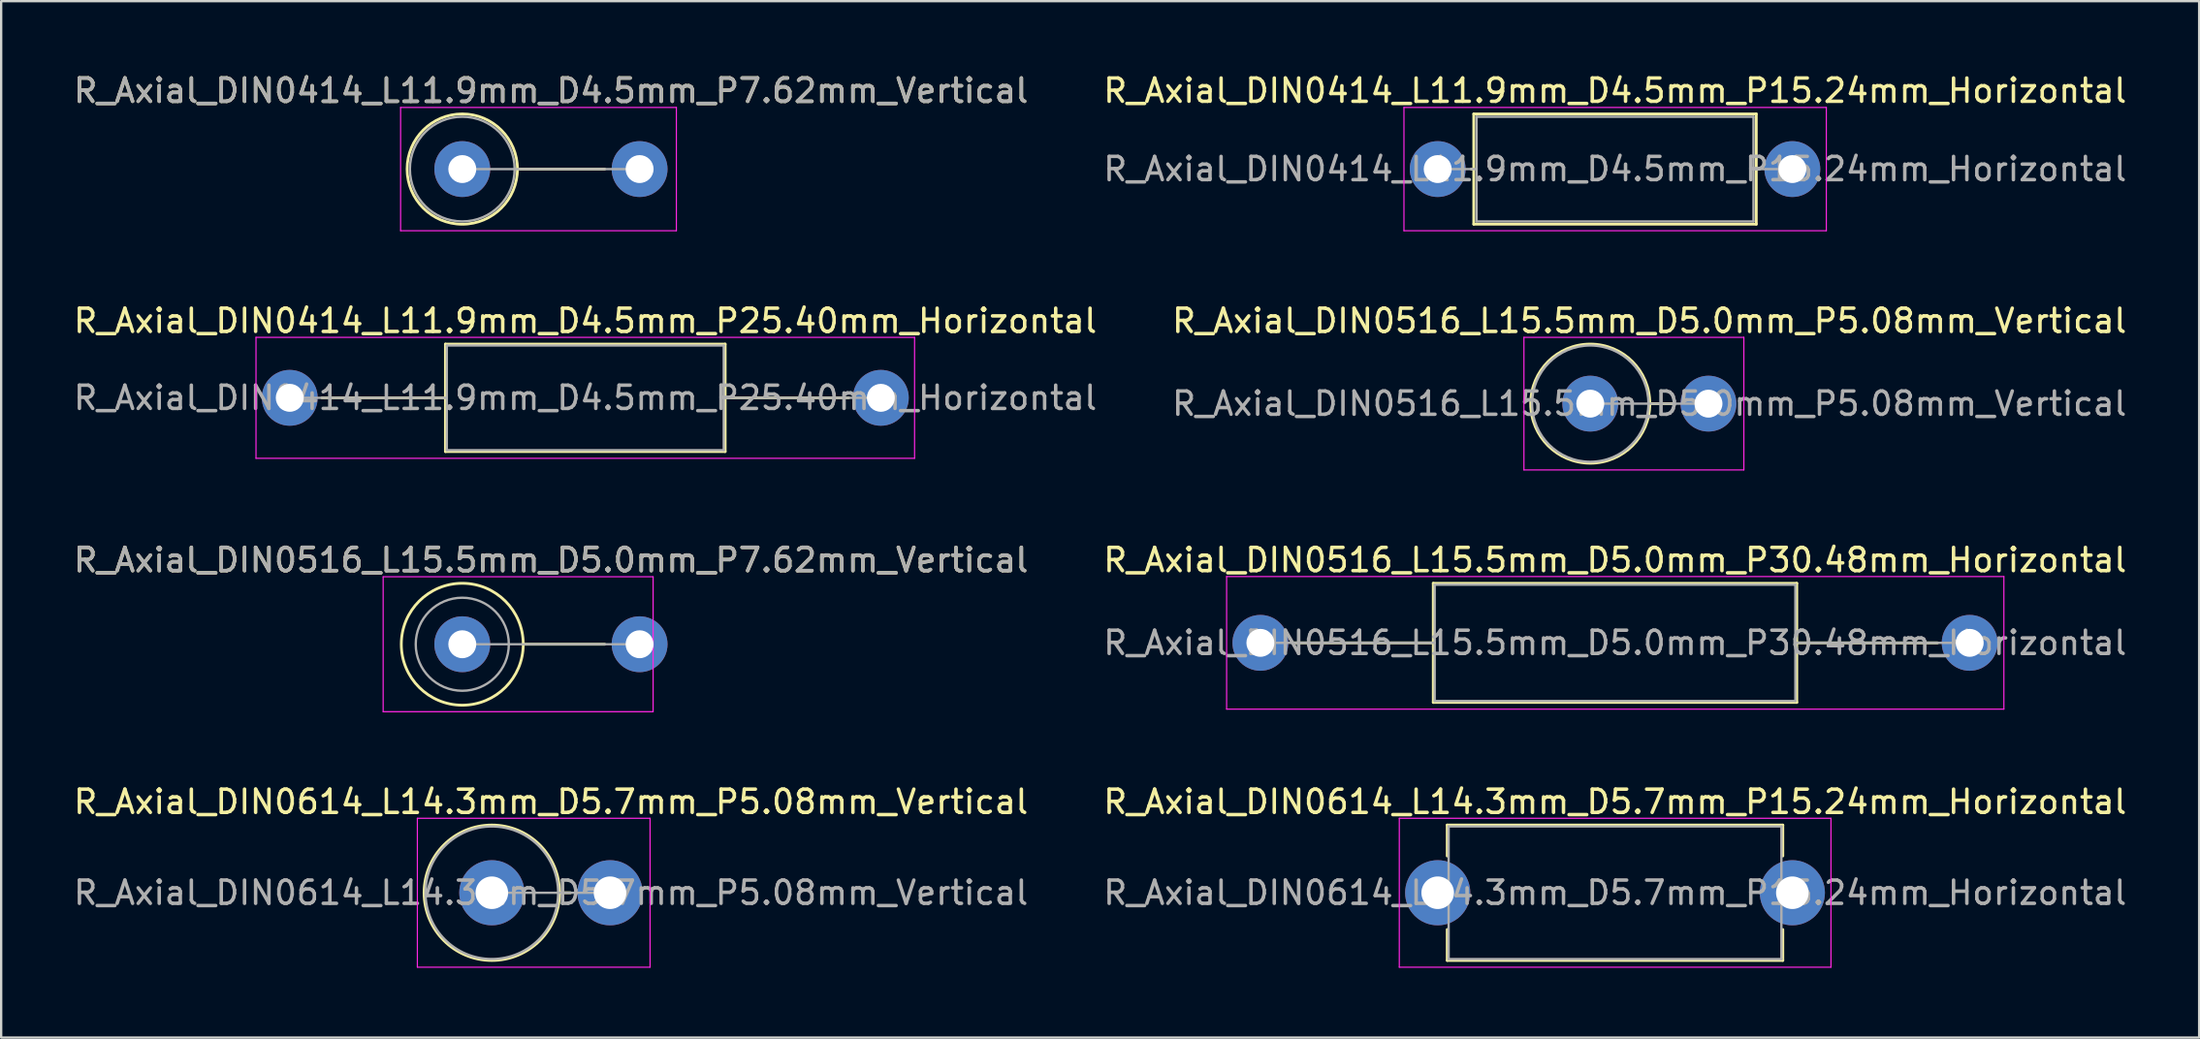
<source format=kicad_pcb>
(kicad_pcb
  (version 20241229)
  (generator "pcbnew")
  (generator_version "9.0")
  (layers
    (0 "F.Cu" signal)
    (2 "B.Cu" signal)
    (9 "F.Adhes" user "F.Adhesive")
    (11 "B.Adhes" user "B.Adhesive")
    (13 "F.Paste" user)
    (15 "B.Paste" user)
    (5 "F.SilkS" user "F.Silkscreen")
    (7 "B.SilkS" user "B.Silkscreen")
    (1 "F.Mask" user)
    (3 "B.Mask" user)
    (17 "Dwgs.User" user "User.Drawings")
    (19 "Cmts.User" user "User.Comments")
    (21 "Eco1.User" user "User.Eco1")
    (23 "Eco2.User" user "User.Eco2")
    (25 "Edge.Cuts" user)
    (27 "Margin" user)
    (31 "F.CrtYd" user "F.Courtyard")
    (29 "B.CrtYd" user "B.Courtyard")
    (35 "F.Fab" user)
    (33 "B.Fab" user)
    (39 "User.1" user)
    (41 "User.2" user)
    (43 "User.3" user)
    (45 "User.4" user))
  (footprint "R_Axial_DIN0516_L15.5mm_D5.0mm_P7.62mm_Vertical"
    (layer "F.Cu")
    (at 16.815 24.645)
    (property "Reference" "R_Axial_DIN0516_L15.5mm_D5.0mm_P7.62mm_Vertical" (at 3.81 -3.62 0) (layer "F.SilkS") (effects (font (size 1 1) (thickness 0.15))))
    (attr through_hole)
    (fp_line (start 2.62 0) (end 6.12 0) (stroke (width 0.12) (type solid)) (layer "F.SilkS"))
    (fp_circle (center 0 0) (end 2.62 0) (stroke (width 0.12) (type solid)) (fill no) (layer "F.SilkS"))
    (fp_line (start -3.4 -2.9) (end -3.4 2.9) (stroke (width 0.05) (type solid)) (layer "F.CrtYd"))
    (fp_line (start -3.4 2.9) (end 8.2 2.9) (stroke (width 0.05) (type solid)) (layer "F.CrtYd"))
    (fp_line (start 8.2 -2.9) (end -3.4 -2.9) (stroke (width 0.05) (type solid)) (layer "F.CrtYd"))
    (fp_line (start 8.2 2.9) (end 8.2 -2.9) (stroke (width 0.05) (type solid)) (layer "F.CrtYd"))
    (fp_line (start 0 0) (end 7.62 0) (stroke (width 0.1) (type solid)) (layer "F.Fab"))
    (fp_circle (center 0 0) (end 2 0) (stroke (width 0.1) (type solid)) (fill no) (layer "F.Fab"))
    (fp_text user "${REFERENCE}" (at 3.81 -3.62 0) (layer "F.Fab") (effects (font (size 1 1) (thickness 0.15))))
    (pad "1" thru_hole circle (at 0 0) (size 2.4 2.4) (drill 1.2) (layers "*.Cu" "*.Mask"))
    (pad "2" thru_hole oval (at 7.62 0) (size 2.4 2.4) (drill 1.2) (layers "*.Cu" "*.Mask")))
  (footprint "R_Axial_DIN0414_L11.9mm_D4.5mm_P7.62mm_Vertical"
    (layer "F.Cu")
    (at 16.815 4.218)
    (property "Reference" "R_Axial_DIN0414_L11.9mm_D4.5mm_P7.62mm_Vertical" (at 3.81 -3.37 0) (layer "F.SilkS") (effects (font (size 1 1) (thickness 0.15))))
    (attr through_hole)
    (fp_line (start 2.37 0) (end 6.12 0) (stroke (width 0.12) (type solid)) (layer "F.SilkS"))
    (fp_circle (center 0 0) (end 2.37 0) (stroke (width 0.12) (type solid)) (fill no) (layer "F.SilkS"))
    (fp_line (start -2.65 -2.65) (end -2.65 2.65) (stroke (width 0.05) (type solid)) (layer "F.CrtYd"))
    (fp_line (start -2.65 2.65) (end 9.2 2.65) (stroke (width 0.05) (type solid)) (layer "F.CrtYd"))
    (fp_line (start 9.2 -2.65) (end -2.65 -2.65) (stroke (width 0.05) (type solid)) (layer "F.CrtYd"))
    (fp_line (start 9.2 2.65) (end 9.2 -2.65) (stroke (width 0.05) (type solid)) (layer "F.CrtYd"))
    (fp_line (start 0 0) (end 7.62 0) (stroke (width 0.1) (type solid)) (layer "F.Fab"))
    (fp_circle (center 0 0) (end 2.25 0) (stroke (width 0.1) (type solid)) (fill no) (layer "F.Fab"))
    (fp_text user "${REFERENCE}" (at 3.81 -3.37 0) (layer "F.Fab") (effects (font (size 1 1) (thickness 0.15))))
    (pad "1" thru_hole circle (at 0 0) (size 2.4 2.4) (drill 1.2) (layers "*.Cu" "*.Mask"))
    (pad "2" thru_hole oval (at 7.62 0) (size 2.4 2.4) (drill 1.2) (layers "*.Cu" "*.Mask")))
  (footprint "R_Axial_DIN0516_L15.5mm_D5.0mm_P30.48mm_Horizontal"
    (layer "F.Cu")
    (at 51.111 24.585)
    (property "Reference" "R_Axial_DIN0516_L15.5mm_D5.0mm_P30.48mm_Horizontal" (at 15.24 -3.56 0) (layer "F.SilkS") (effects (font (size 1 1) (thickness 0.15))))
    (attr through_hole)
    (fp_line (start 1.38 0) (end 7.43 0) (stroke (width 0.12) (type solid)) (layer "F.SilkS"))
    (fp_line (start 7.43 -2.56) (end 7.43 2.56) (stroke (width 0.12) (type solid)) (layer "F.SilkS"))
    (fp_line (start 7.43 2.56) (end 23.05 2.56) (stroke (width 0.12) (type solid)) (layer "F.SilkS"))
    (fp_line (start 23.05 -2.56) (end 7.43 -2.56) (stroke (width 0.12) (type solid)) (layer "F.SilkS"))
    (fp_line (start 23.05 2.56) (end 23.05 -2.56) (stroke (width 0.12) (type solid)) (layer "F.SilkS"))
    (fp_line (start 29.1 0) (end 23.05 0) (stroke (width 0.12) (type solid)) (layer "F.SilkS"))
    (fp_line (start -1.45 -2.85) (end -1.45 2.85) (stroke (width 0.05) (type solid)) (layer "F.CrtYd"))
    (fp_line (start -1.45 2.85) (end 31.95 2.85) (stroke (width 0.05) (type solid)) (layer "F.CrtYd"))
    (fp_line (start 31.95 -2.85) (end -1.45 -2.85) (stroke (width 0.05) (type solid)) (layer "F.CrtYd"))
    (fp_line (start 31.95 2.85) (end 31.95 -2.85) (stroke (width 0.05) (type solid)) (layer "F.CrtYd"))
    (fp_line (start 0 0) (end 7.49 0) (stroke (width 0.1) (type solid)) (layer "F.Fab"))
    (fp_line (start 7.49 -2.5) (end 7.49 2.5) (stroke (width 0.1) (type solid)) (layer "F.Fab"))
    (fp_line (start 7.49 2.5) (end 22.99 2.5) (stroke (width 0.1) (type solid)) (layer "F.Fab"))
    (fp_line (start 22.99 -2.5) (end 7.49 -2.5) (stroke (width 0.1) (type solid)) (layer "F.Fab"))
    (fp_line (start 22.99 2.5) (end 22.99 -2.5) (stroke (width 0.1) (type solid)) (layer "F.Fab"))
    (fp_line (start 30.48 0) (end 22.99 0) (stroke (width 0.1) (type solid)) (layer "F.Fab"))
    (fp_text user "${REFERENCE}" (at 15.24 0 0) (layer "F.Fab") (effects (font (size 1 1) (thickness 0.15))))
    (pad "1" thru_hole circle (at 0 0) (size 2.4 2.4) (drill 1.2) (layers "*.Cu" "*.Mask"))
    (pad "2" thru_hole oval (at 30.48 0) (size 2.4 2.4) (drill 1.2) (layers "*.Cu" "*.Mask")))
  (footprint "R_Axial_DIN0414_L11.9mm_D4.5mm_P25.40mm_Horizontal"
    (layer "F.Cu")
    (at 9.401 14.052)
    (property "Reference" "R_Axial_DIN0414_L11.9mm_D4.5mm_P25.40mm_Horizontal" (at 12.7 -3.31 0) (layer "F.SilkS") (effects (font (size 1 1) (thickness 0.15))))
    (attr through_hole)
    (fp_line (start 1.38 0) (end 6.69 0) (stroke (width 0.12) (type solid)) (layer "F.SilkS"))
    (fp_line (start 6.69 -2.31) (end 6.69 2.31) (stroke (width 0.12) (type solid)) (layer "F.SilkS"))
    (fp_line (start 6.69 2.31) (end 18.71 2.31) (stroke (width 0.12) (type solid)) (layer "F.SilkS"))
    (fp_line (start 18.71 -2.31) (end 6.69 -2.31) (stroke (width 0.12) (type solid)) (layer "F.SilkS"))
    (fp_line (start 18.71 2.31) (end 18.71 -2.31) (stroke (width 0.12) (type solid)) (layer "F.SilkS"))
    (fp_line (start 24.02 0) (end 18.71 0) (stroke (width 0.12) (type solid)) (layer "F.SilkS"))
    (fp_line (start -1.45 -2.6) (end -1.45 2.6) (stroke (width 0.05) (type solid)) (layer "F.CrtYd"))
    (fp_line (start -1.45 2.6) (end 26.85 2.6) (stroke (width 0.05) (type solid)) (layer "F.CrtYd"))
    (fp_line (start 26.85 -2.6) (end -1.45 -2.6) (stroke (width 0.05) (type solid)) (layer "F.CrtYd"))
    (fp_line (start 26.85 2.6) (end 26.85 -2.6) (stroke (width 0.05) (type solid)) (layer "F.CrtYd"))
    (fp_line (start 0 0) (end 6.75 0) (stroke (width 0.1) (type solid)) (layer "F.Fab"))
    (fp_line (start 6.75 -2.25) (end 6.75 2.25) (stroke (width 0.1) (type solid)) (layer "F.Fab"))
    (fp_line (start 6.75 2.25) (end 18.65 2.25) (stroke (width 0.1) (type solid)) (layer "F.Fab"))
    (fp_line (start 18.65 -2.25) (end 6.75 -2.25) (stroke (width 0.1) (type solid)) (layer "F.Fab"))
    (fp_line (start 18.65 2.25) (end 18.65 -2.25) (stroke (width 0.1) (type solid)) (layer "F.Fab"))
    (fp_line (start 25.4 0) (end 18.65 0) (stroke (width 0.1) (type solid)) (layer "F.Fab"))
    (fp_text user "${REFERENCE}" (at 12.7 0 0) (layer "F.Fab") (effects (font (size 1 1) (thickness 0.15))))
    (pad "1" thru_hole circle (at 0 0) (size 2.4 2.4) (drill 1.2) (layers "*.Cu" "*.Mask"))
    (pad "2" thru_hole oval (at 25.4 0) (size 2.4 2.4) (drill 1.2) (layers "*.Cu" "*.Mask")))
  (footprint "R_Axial_DIN0614_L14.3mm_D5.7mm_P5.08mm_Vertical"
    (layer "F.Cu")
    (at 18.085 35.328)
    (property "Reference" "R_Axial_DIN0614_L14.3mm_D5.7mm_P5.08mm_Vertical" (at 2.54 -3.91 0) (layer "F.SilkS") (effects (font (size 1 1) (thickness 0.15))))
    (attr through_hole)
    (fp_line (start 2.91 0) (end 3.38 0) (stroke (width 0.12) (type solid)) (layer "F.SilkS"))
    (fp_circle (center 0 0) (end 2.91 0) (stroke (width 0.12) (type solid)) (fill no) (layer "F.SilkS"))
    (fp_line (start -3.2 -3.2) (end -3.2 3.2) (stroke (width 0.05) (type solid)) (layer "F.CrtYd"))
    (fp_line (start -3.2 3.2) (end 6.8 3.2) (stroke (width 0.05) (type solid)) (layer "F.CrtYd"))
    (fp_line (start 6.8 -3.2) (end -3.2 -3.2) (stroke (width 0.05) (type solid)) (layer "F.CrtYd"))
    (fp_line (start 6.8 3.2) (end 6.8 -3.2) (stroke (width 0.05) (type solid)) (layer "F.CrtYd"))
    (fp_line (start 0 0) (end 5.08 0) (stroke (width 0.1) (type solid)) (layer "F.Fab"))
    (fp_circle (center 0 0) (end 2.85 0) (stroke (width 0.1) (type solid)) (fill no) (layer "F.Fab"))
    (fp_text user "${REFERENCE}" (at 2.54 0 0) (layer "F.Fab") (effects (font (size 1 1) (thickness 0.15))))
    (pad "1" thru_hole circle (at 0 0) (size 2.8 2.8) (drill 1.4) (layers "*.Cu" "*.Mask"))
    (pad "2" thru_hole oval (at 5.08 0) (size 2.8 2.8) (drill 1.4) (layers "*.Cu" "*.Mask")))
  (footprint "R_Axial_DIN0614_L14.3mm_D5.7mm_P15.24mm_Horizontal"
    (layer "F.Cu")
    (at 58.731 35.328)
    (property "Reference" "R_Axial_DIN0614_L14.3mm_D5.7mm_P15.24mm_Horizontal" (at 7.62 -3.91 0) (layer "F.SilkS") (effects (font (size 1 1) (thickness 0.15))))
    (attr through_hole)
    (fp_line (start 0.41 -2.91) (end 14.83 -2.91) (stroke (width 0.12) (type solid)) (layer "F.SilkS"))
    (fp_line (start 0.41 -1.58) (end 0.41 -2.91) (stroke (width 0.12) (type solid)) (layer "F.SilkS"))
    (fp_line (start 0.41 1.58) (end 0.41 2.91) (stroke (width 0.12) (type solid)) (layer "F.SilkS"))
    (fp_line (start 0.41 2.91) (end 14.83 2.91) (stroke (width 0.12) (type solid)) (layer "F.SilkS"))
    (fp_line (start 14.83 -2.91) (end 14.83 -1.58) (stroke (width 0.12) (type solid)) (layer "F.SilkS"))
    (fp_line (start 14.83 2.91) (end 14.83 1.58) (stroke (width 0.12) (type solid)) (layer "F.SilkS"))
    (fp_line (start -1.65 -3.2) (end -1.65 3.2) (stroke (width 0.05) (type solid)) (layer "F.CrtYd"))
    (fp_line (start -1.65 3.2) (end 16.9 3.2) (stroke (width 0.05) (type solid)) (layer "F.CrtYd"))
    (fp_line (start 16.9 -3.2) (end -1.65 -3.2) (stroke (width 0.05) (type solid)) (layer "F.CrtYd"))
    (fp_line (start 16.9 3.2) (end 16.9 -3.2) (stroke (width 0.05) (type solid)) (layer "F.CrtYd"))
    (fp_line (start 0 0) (end 0.47 0) (stroke (width 0.1) (type solid)) (layer "F.Fab"))
    (fp_line (start 0.47 -2.85) (end 0.47 2.85) (stroke (width 0.1) (type solid)) (layer "F.Fab"))
    (fp_line (start 0.47 2.85) (end 14.77 2.85) (stroke (width 0.1) (type solid)) (layer "F.Fab"))
    (fp_line (start 14.77 -2.85) (end 0.47 -2.85) (stroke (width 0.1) (type solid)) (layer "F.Fab"))
    (fp_line (start 14.77 2.85) (end 14.77 -2.85) (stroke (width 0.1) (type solid)) (layer "F.Fab"))
    (fp_line (start 15.24 0) (end 14.77 0) (stroke (width 0.1) (type solid)) (layer "F.Fab"))
    (fp_text user "${REFERENCE}" (at 7.62 0 0) (layer "F.Fab") (effects (font (size 1 1) (thickness 0.15))))
    (pad "1" thru_hole circle (at 0 0) (size 2.8 2.8) (drill 1.4) (layers "*.Cu" "*.Mask"))
    (pad "2" thru_hole oval (at 15.24 0) (size 2.8 2.8) (drill 1.4) (layers "*.Cu" "*.Mask")))
  (footprint "R_Axial_DIN0516_L15.5mm_D5.0mm_P5.08mm_Vertical"
    (layer "F.Cu")
    (at 65.287 14.302)
    (property "Reference" "R_Axial_DIN0516_L15.5mm_D5.0mm_P5.08mm_Vertical" (at 2.54 -3.56 0) (layer "F.SilkS") (effects (font (size 1 1) (thickness 0.15))))
    (attr through_hole)
    (fp_line (start 2.56 0) (end 3.58 0) (stroke (width 0.12) (type solid)) (layer "F.SilkS"))
    (fp_circle (center 0 0) (end 2.56 0) (stroke (width 0.12) (type solid)) (fill no) (layer "F.SilkS"))
    (fp_line (start -2.85 -2.85) (end -2.85 2.85) (stroke (width 0.05) (type solid)) (layer "F.CrtYd"))
    (fp_line (start -2.85 2.85) (end 6.6 2.85) (stroke (width 0.05) (type solid)) (layer "F.CrtYd"))
    (fp_line (start 6.6 -2.85) (end -2.85 -2.85) (stroke (width 0.05) (type solid)) (layer "F.CrtYd"))
    (fp_line (start 6.6 2.85) (end 6.6 -2.85) (stroke (width 0.05) (type solid)) (layer "F.CrtYd"))
    (fp_line (start 0 0) (end 5.08 0) (stroke (width 0.1) (type solid)) (layer "F.Fab"))
    (fp_circle (center 0 0) (end 2.5 0) (stroke (width 0.1) (type solid)) (fill no) (layer "F.Fab"))
    (fp_text user "${REFERENCE}" (at 2.54 0 0) (layer "F.Fab") (effects (font (size 1 1) (thickness 0.15))))
    (pad "1" thru_hole circle (at 0 0) (size 2.4 2.4) (drill 1.2) (layers "*.Cu" "*.Mask"))
    (pad "2" thru_hole oval (at 5.08 0) (size 2.4 2.4) (drill 1.2) (layers "*.Cu" "*.Mask")))
  (footprint "R_Axial_DIN0414_L11.9mm_D4.5mm_P15.24mm_Horizontal"
    (layer "F.Cu")
    (at 58.731 4.218)
    (property "Reference" "R_Axial_DIN0414_L11.9mm_D4.5mm_P15.24mm_Horizontal" (at 7.62 -3.37 0) (layer "F.SilkS") (effects (font (size 1 1) (thickness 0.15))))
    (attr through_hole)
    (fp_line (start 1.44 0) (end 1.55 0) (stroke (width 0.12) (type solid)) (layer "F.SilkS"))
    (fp_line (start 1.55 -2.37) (end 1.55 2.37) (stroke (width 0.12) (type solid)) (layer "F.SilkS"))
    (fp_line (start 1.55 2.37) (end 13.69 2.37) (stroke (width 0.12) (type solid)) (layer "F.SilkS"))
    (fp_line (start 13.69 -2.37) (end 1.55 -2.37) (stroke (width 0.12) (type solid)) (layer "F.SilkS"))
    (fp_line (start 13.69 2.37) (end 13.69 -2.37) (stroke (width 0.12) (type solid)) (layer "F.SilkS"))
    (fp_line (start 13.8 0) (end 13.69 0) (stroke (width 0.12) (type solid)) (layer "F.SilkS"))
    (fp_line (start -1.45 -2.65) (end -1.45 2.65) (stroke (width 0.05) (type solid)) (layer "F.CrtYd"))
    (fp_line (start -1.45 2.65) (end 16.7 2.65) (stroke (width 0.05) (type solid)) (layer "F.CrtYd"))
    (fp_line (start 16.7 -2.65) (end -1.45 -2.65) (stroke (width 0.05) (type solid)) (layer "F.CrtYd"))
    (fp_line (start 16.7 2.65) (end 16.7 -2.65) (stroke (width 0.05) (type solid)) (layer "F.CrtYd"))
    (fp_line (start 0 0) (end 1.67 0) (stroke (width 0.1) (type solid)) (layer "F.Fab"))
    (fp_line (start 1.67 -2.25) (end 1.67 2.25) (stroke (width 0.1) (type solid)) (layer "F.Fab"))
    (fp_line (start 1.67 2.25) (end 13.57 2.25) (stroke (width 0.1) (type solid)) (layer "F.Fab"))
    (fp_line (start 13.57 -2.25) (end 1.67 -2.25) (stroke (width 0.1) (type solid)) (layer "F.Fab"))
    (fp_line (start 13.57 2.25) (end 13.57 -2.25) (stroke (width 0.1) (type solid)) (layer "F.Fab"))
    (fp_line (start 15.24 0) (end 13.57 0) (stroke (width 0.1) (type solid)) (layer "F.Fab"))
    (fp_text user "${REFERENCE}" (at 7.62 0 0) (layer "F.Fab") (effects (font (size 1 1) (thickness 0.15))))
    (pad "1" thru_hole circle (at 0 0) (size 2.4 2.4) (drill 1.2) (layers "*.Cu" "*.Mask"))
    (pad "2" thru_hole oval (at 15.24 0) (size 2.4 2.4) (drill 1.2) (layers "*.Cu" "*.Mask")))
  (gr_rect
    (start -3 -3)
    (end 91.452 41.553)
    (stroke (width 0.1) (type default))
    (fill no)
    (layer "Edge.Cuts")))
</source>
